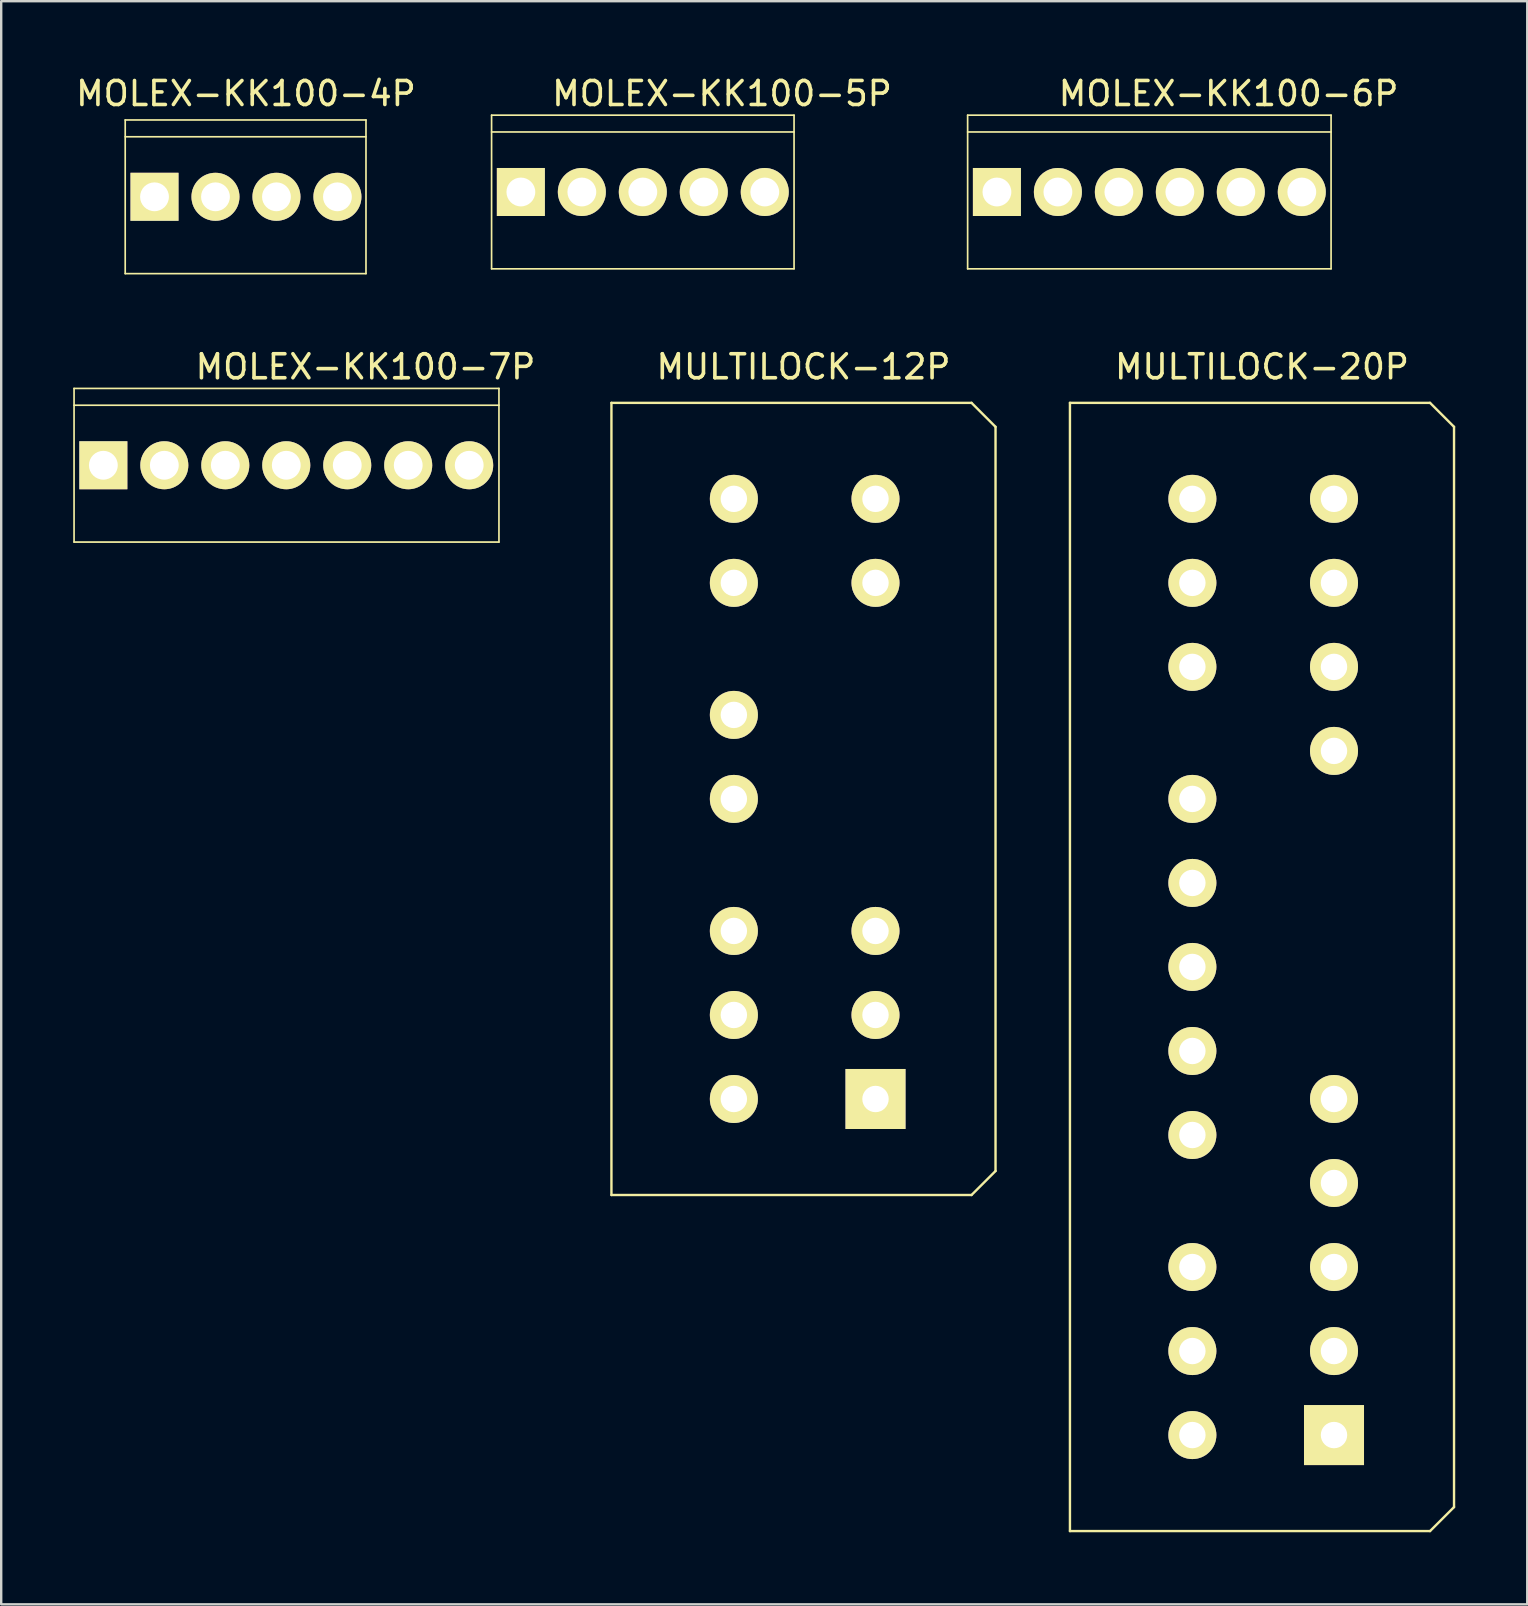
<source format=kicad_pcb>
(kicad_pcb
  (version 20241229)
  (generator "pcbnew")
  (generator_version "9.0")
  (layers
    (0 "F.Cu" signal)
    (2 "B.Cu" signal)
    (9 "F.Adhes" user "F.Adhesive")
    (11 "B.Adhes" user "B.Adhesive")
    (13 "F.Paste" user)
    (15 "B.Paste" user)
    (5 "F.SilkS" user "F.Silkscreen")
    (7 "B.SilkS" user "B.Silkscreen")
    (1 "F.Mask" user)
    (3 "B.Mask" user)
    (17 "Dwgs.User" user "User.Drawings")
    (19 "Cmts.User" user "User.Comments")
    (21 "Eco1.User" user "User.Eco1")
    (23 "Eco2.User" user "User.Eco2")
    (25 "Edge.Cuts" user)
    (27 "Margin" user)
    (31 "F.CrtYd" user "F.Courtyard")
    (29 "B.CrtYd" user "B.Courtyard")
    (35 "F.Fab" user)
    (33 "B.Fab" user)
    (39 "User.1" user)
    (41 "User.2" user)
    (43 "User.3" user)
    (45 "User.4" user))
  (footprint "MOLEX-KK100-7P"
    (layer "F.Cu")
    (at 8.875 16.331)
    (property "Reference" "MOLEX-KK100-7P" (at 3.3 -4.1 0) (layer "F.SilkS") (effects (font (size 1 1) (thickness 0.15))))
    (attr through_hole)
    (fp_line (start -8.84 -3.2) (end -8.84 3.2) (stroke (width 0.07) (type solid)) (layer "F.SilkS"))
    (fp_line (start -8.84 -3.2) (end 8.86 -3.2) (stroke (width 0.07) (type solid)) (layer "F.SilkS"))
    (fp_line (start -8.84 -2.5) (end 8.86 -2.5) (stroke (width 0.07) (type solid)) (layer "F.SilkS"))
    (fp_line (start -8.84 3.2) (end 8.86 3.2) (stroke (width 0.07) (type solid)) (layer "F.SilkS"))
    (fp_line (start 8.86 -3.2) (end 8.86 3.2) (stroke (width 0.07) (type solid)) (layer "F.SilkS"))
    (pad "1" thru_hole rect (at -7.62 0) (size 2 2) (drill 1.2) (layers "*.Cu" "*.Mask" "F.SilkS"))
    (pad "2" thru_hole circle (at -5.08 0) (size 2 2) (drill 1.2) (layers "*.Cu" "*.Mask" "F.SilkS"))
    (pad "3" thru_hole circle (at -2.54 0) (size 2 2) (drill 1.2) (layers "*.Cu" "*.Mask" "F.SilkS"))
    (pad "4" thru_hole circle (at 0 0) (size 2 2) (drill 1.2) (layers "*.Cu" "*.Mask" "F.SilkS"))
    (pad "5" thru_hole circle (at 2.54 0) (size 2 2) (drill 1.2) (layers "*.Cu" "*.Mask" "F.SilkS"))
    (pad "6" thru_hole circle (at 5.08 0) (size 2 2) (drill 1.2) (layers "*.Cu" "*.Mask" "F.SilkS"))
    (pad "7" thru_hole circle (at 7.62 0) (size 2 2) (drill 1.2) (layers "*.Cu" "*.Mask" "F.SilkS")))
  (footprint "MOLEX-KK100-4P"
    (layer "F.Cu")
    (at 7.196 5.148)
    (property "Reference" "MOLEX-KK100-4P" (at 0 -4.3 0) (layer "F.SilkS") (effects (font (size 1 1) (thickness 0.15))))
    (attr through_hole)
    (fp_line (start -5.03 -3.2) (end -5.03 3.2) (stroke (width 0.07) (type solid)) (layer "F.SilkS"))
    (fp_line (start -5.03 -3.2) (end 5 -3.2) (stroke (width 0.07) (type solid)) (layer "F.SilkS"))
    (fp_line (start -5.03 -2.5) (end 5 -2.5) (stroke (width 0.07) (type solid)) (layer "F.SilkS"))
    (fp_line (start -5.03 3.2) (end 5 3.2) (stroke (width 0.07) (type solid)) (layer "F.SilkS"))
    (fp_line (start 5 -3.2) (end 5 3.2) (stroke (width 0.07) (type solid)) (layer "F.SilkS"))
    (pad "1" thru_hole rect (at -3.81 0) (size 2 2) (drill 1.2) (layers "*.Cu" "*.Mask" "F.SilkS"))
    (pad "2" thru_hole circle (at -1.27 0) (size 2 2) (drill 1.2) (layers "*.Cu" "*.Mask" "F.SilkS"))
    (pad "3" thru_hole circle (at 1.27 0) (size 2 2) (drill 1.2) (layers "*.Cu" "*.Mask" "F.SilkS"))
    (pad "4" thru_hole circle (at 3.81 0) (size 2 2) (drill 1.2) (layers "*.Cu" "*.Mask" "F.SilkS")))
  (footprint "MOLEX-KK100-5P"
    (layer "F.Cu")
    (at 23.728 4.948)
    (property "Reference" "MOLEX-KK100-5P" (at 3.3 -4.1 0) (layer "F.SilkS") (effects (font (size 1 1) (thickness 0.15))))
    (attr through_hole)
    (fp_line (start -6.3 -3.2) (end -6.3 3.2) (stroke (width 0.07) (type solid)) (layer "F.SilkS"))
    (fp_line (start -6.3 -3.2) (end 6.3 -3.2) (stroke (width 0.07) (type solid)) (layer "F.SilkS"))
    (fp_line (start -6.3 -2.5) (end 6.3 -2.5) (stroke (width 0.07) (type solid)) (layer "F.SilkS"))
    (fp_line (start -6.3 3.2) (end 6.3 3.2) (stroke (width 0.07) (type solid)) (layer "F.SilkS"))
    (fp_line (start 6.3 -3.2) (end 6.3 3.2) (stroke (width 0.07) (type solid)) (layer "F.SilkS"))
    (pad "1" thru_hole rect (at -5.08 0) (size 2 2) (drill 1.2) (layers "*.Cu" "*.Mask" "F.SilkS"))
    (pad "2" thru_hole circle (at -2.54 0) (size 2 2) (drill 1.2) (layers "*.Cu" "*.Mask" "F.SilkS"))
    (pad "3" thru_hole circle (at 0 0) (size 2 2) (drill 1.2) (layers "*.Cu" "*.Mask" "F.SilkS"))
    (pad "4" thru_hole circle (at 2.54 0) (size 2 2) (drill 1.2) (layers "*.Cu" "*.Mask" "F.SilkS"))
    (pad "5" thru_hole circle (at 5.08 0) (size 2 2) (drill 1.2) (layers "*.Cu" "*.Mask" "F.SilkS")))
  (footprint "MOLEX-KK100-6P"
    (layer "F.Cu")
    (at 44.829 4.948)
    (property "Reference" "MOLEX-KK100-6P" (at 3.3 -4.1 0) (layer "F.SilkS") (effects (font (size 1 1) (thickness 0.15))))
    (attr through_hole)
    (fp_line (start -7.57 -3.2) (end -7.57 3.2) (stroke (width 0.07) (type solid)) (layer "F.SilkS"))
    (fp_line (start -7.57 -3.2) (end 7.57 -3.2) (stroke (width 0.07) (type solid)) (layer "F.SilkS"))
    (fp_line (start -7.57 -2.5) (end 7.57 -2.5) (stroke (width 0.07) (type solid)) (layer "F.SilkS"))
    (fp_line (start -7.57 3.2) (end 7.57 3.2) (stroke (width 0.07) (type solid)) (layer "F.SilkS"))
    (fp_line (start 7.57 -3.2) (end 7.57 3.2) (stroke (width 0.07) (type solid)) (layer "F.SilkS"))
    (pad "1" thru_hole rect (at -6.35 0) (size 2 2) (drill 1.2) (layers "*.Cu" "*.Mask" "F.SilkS"))
    (pad "2" thru_hole circle (at -3.81 0) (size 2 2) (drill 1.2) (layers "*.Cu" "*.Mask" "F.SilkS"))
    (pad "3" thru_hole circle (at -1.27 0) (size 2 2) (drill 1.2) (layers "*.Cu" "*.Mask" "F.SilkS"))
    (pad "4" thru_hole circle (at 1.27 0) (size 2 2) (drill 1.2) (layers "*.Cu" "*.Mask" "F.SilkS"))
    (pad "5" thru_hole circle (at 3.81 0) (size 2 2) (drill 1.2) (layers "*.Cu" "*.Mask" "F.SilkS"))
    (pad "6" thru_hole circle (at 6.35 0) (size 2 2) (drill 1.2) (layers "*.Cu" "*.Mask" "F.SilkS")))
  (footprint "MULTILOCK-12P"
    (layer "F.Cu")
    (at 33.421 42.731)
    (property "Reference" "MULTILOCK-12P" (at -3 -30.5 0) (layer "F.SilkS") (effects (font (size 1 1) (thickness 0.15))))
    (attr through_hole)
    (fp_line (start -11 -29) (end -11 4) (stroke (width 0.1) (type solid)) (layer "F.SilkS"))
    (fp_line (start -11 4) (end 4 4) (stroke (width 0.1) (type solid)) (layer "F.SilkS"))
    (fp_line (start 4 -29) (end -11 -29) (stroke (width 0.1) (type solid)) (layer "F.SilkS"))
    (fp_line (start 4 -29) (end 5 -28) (stroke (width 0.1) (type solid)) (layer "F.SilkS"))
    (fp_line (start 4 4) (end 5 3) (stroke (width 0.1) (type solid)) (layer "F.SilkS"))
    (fp_line (start 5 3) (end 5 -28) (stroke (width 0.1) (type solid)) (layer "F.SilkS"))
    (pad "1" thru_hole rect (at 0 0) (size 2.5 2.5) (drill 1.1) (layers "*.Cu" "*.Mask" "F.SilkS"))
    (pad "2" thru_hole circle (at 0 -3.5) (size 2 2) (drill 1.1) (layers "*.Cu" "*.Mask" "F.SilkS"))
    (pad "3" thru_hole circle (at 0 -7) (size 2 2) (drill 1.1) (layers "*.Cu" "*.Mask" "F.SilkS"))
    (pad "4" thru_hole circle (at 0 -21.5) (size 2 2) (drill 1.1) (layers "*.Cu" "*.Mask" "F.SilkS"))
    (pad "5" thru_hole circle (at 0 -25) (size 2 2) (drill 1.1) (layers "*.Cu" "*.Mask" "F.SilkS"))
    (pad "6" thru_hole circle (at -5.9 0) (size 2 2) (drill 1.1) (layers "*.Cu" "*.Mask" "F.SilkS"))
    (pad "7" thru_hole circle (at -5.9 -3.5) (size 2 2) (drill 1.1) (layers "*.Cu" "*.Mask" "F.SilkS"))
    (pad "8" thru_hole circle (at -5.9 -7) (size 2 2) (drill 1.1) (layers "*.Cu" "*.Mask" "F.SilkS"))
    (pad "9" thru_hole circle (at -5.9 -12.5) (size 2 2) (drill 1.1) (layers "*.Cu" "*.Mask" "F.SilkS"))
    (pad "10" thru_hole circle (at -5.9 -16) (size 2 2) (drill 1.1) (layers "*.Cu" "*.Mask" "F.SilkS"))
    (pad "11" thru_hole circle (at -5.9 -21.5) (size 2 2) (drill 1.1) (layers "*.Cu" "*.Mask" "F.SilkS"))
    (pad "12" thru_hole circle (at -5.9 -25) (size 2 2) (drill 1.1) (layers "*.Cu" "*.Mask" "F.SilkS")))
  (footprint "MULTILOCK-20P"
    (layer "F.Cu")
    (at 52.521 56.731)
    (property "Reference" "MULTILOCK-20P" (at -3 -44.5 0) (layer "F.SilkS") (effects (font (size 1 1) (thickness 0.15))))
    (attr through_hole)
    (fp_line (start -11 -43) (end -11 4) (stroke (width 0.1) (type solid)) (layer "F.SilkS"))
    (fp_line (start -11 4) (end 4 4) (stroke (width 0.1) (type solid)) (layer "F.SilkS"))
    (fp_line (start 4 -43) (end -11 -43) (stroke (width 0.1) (type solid)) (layer "F.SilkS"))
    (fp_line (start 4 -43) (end 5 -42) (stroke (width 0.1) (type solid)) (layer "F.SilkS"))
    (fp_line (start 5 3) (end 4 4) (stroke (width 0.1) (type solid)) (layer "F.SilkS"))
    (fp_line (start 5 3) (end 5 -42) (stroke (width 0.1) (type solid)) (layer "F.SilkS"))
    (pad "1" thru_hole rect (at 0 0) (size 2.5 2.5) (drill 1.1) (layers "*.Cu" "*.Mask" "F.SilkS"))
    (pad "2" thru_hole circle (at 0 -3.5) (size 2 2) (drill 1.1) (layers "*.Cu" "*.Mask" "F.SilkS"))
    (pad "3" thru_hole circle (at 0 -7) (size 2 2) (drill 1.1) (layers "*.Cu" "*.Mask" "F.SilkS"))
    (pad "4" thru_hole circle (at 0 -10.5) (size 2 2) (drill 1.1) (layers "*.Cu" "*.Mask" "F.SilkS"))
    (pad "5" thru_hole circle (at 0 -14) (size 2 2) (drill 1.1) (layers "*.Cu" "*.Mask" "F.SilkS"))
    (pad "6" thru_hole circle (at 0 -28.5) (size 2 2) (drill 1.1) (layers "*.Cu" "*.Mask" "F.SilkS"))
    (pad "7" thru_hole circle (at 0 -32) (size 2 2) (drill 1.1) (layers "*.Cu" "*.Mask" "F.SilkS"))
    (pad "8" thru_hole circle (at 0 -35.5) (size 2 2) (drill 1.1) (layers "*.Cu" "*.Mask" "F.SilkS"))
    (pad "9" thru_hole circle (at 0 -39) (size 2 2) (drill 1.1) (layers "*.Cu" "*.Mask" "F.SilkS"))
    (pad "10" thru_hole circle (at -5.9 0) (size 2 2) (drill 1.1) (layers "*.Cu" "*.Mask" "F.SilkS"))
    (pad "11" thru_hole circle (at -5.9 -3.5) (size 2 2) (drill 1.1) (layers "*.Cu" "*.Mask" "F.SilkS"))
    (pad "12" thru_hole circle (at -5.9 -7) (size 2 2) (drill 1.1) (layers "*.Cu" "*.Mask" "F.SilkS"))
    (pad "13" thru_hole circle (at -5.9 -12.5) (size 2 2) (drill 1.1) (layers "*.Cu" "*.Mask" "F.SilkS"))
    (pad "14" thru_hole circle (at -5.9 -16) (size 2 2) (drill 1.1) (layers "*.Cu" "*.Mask" "F.SilkS"))
    (pad "15" thru_hole circle (at -5.9 -19.5) (size 2 2) (drill 1.1) (layers "*.Cu" "*.Mask" "F.SilkS"))
    (pad "16" thru_hole circle (at -5.9 -23) (size 2 2) (drill 1.1) (layers "*.Cu" "*.Mask" "F.SilkS"))
    (pad "17" thru_hole circle (at -5.9 -26.5) (size 2 2) (drill 1.1) (layers "*.Cu" "*.Mask" "F.SilkS"))
    (pad "18" thru_hole circle (at -5.9 -32) (size 2 2) (drill 1.1) (layers "*.Cu" "*.Mask" "F.SilkS"))
    (pad "19" thru_hole circle (at -5.9 -35.5) (size 2 2) (drill 1.1) (layers "*.Cu" "*.Mask" "F.SilkS"))
    (pad "20" thru_hole circle (at -5.9 -39) (size 2 2) (drill 1.1) (layers "*.Cu" "*.Mask" "F.SilkS")))
  (gr_rect
    (start -3 -3)
    (end 60.571 63.782)
    (stroke (width 0.1) (type default))
    (fill no)
    (layer "Edge.Cuts")))
</source>
